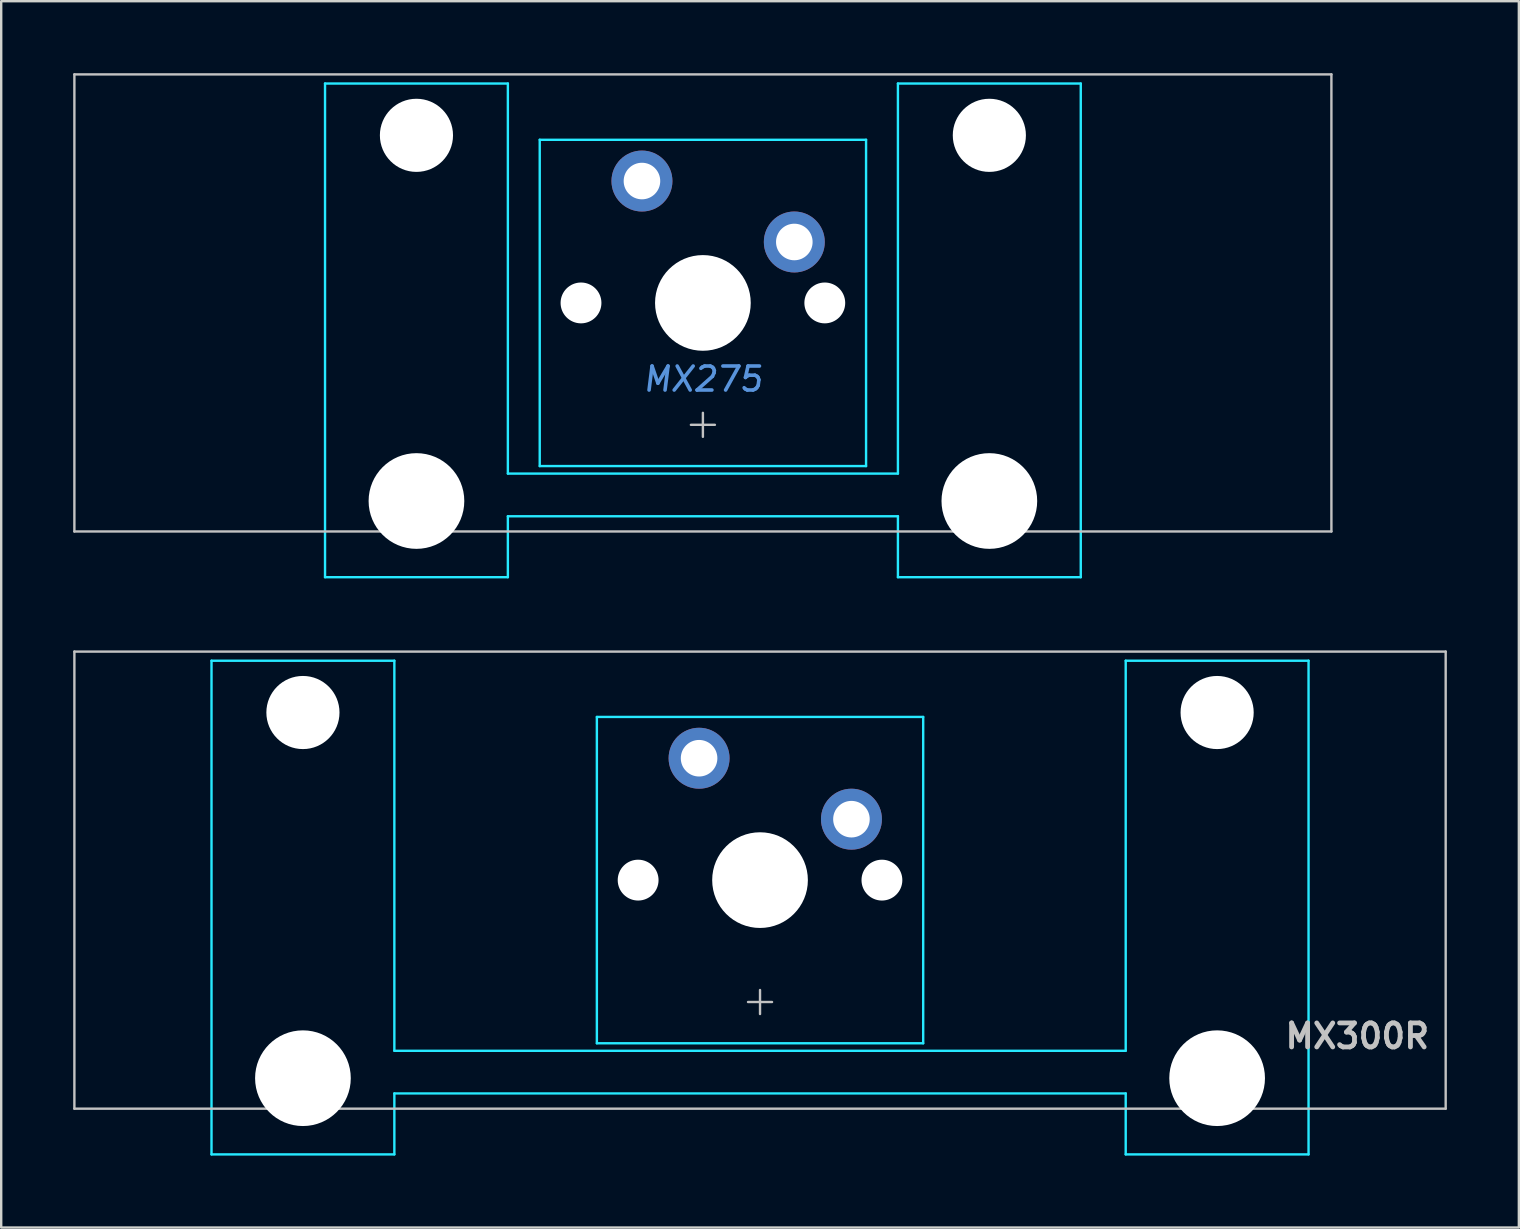
<source format=kicad_pcb>
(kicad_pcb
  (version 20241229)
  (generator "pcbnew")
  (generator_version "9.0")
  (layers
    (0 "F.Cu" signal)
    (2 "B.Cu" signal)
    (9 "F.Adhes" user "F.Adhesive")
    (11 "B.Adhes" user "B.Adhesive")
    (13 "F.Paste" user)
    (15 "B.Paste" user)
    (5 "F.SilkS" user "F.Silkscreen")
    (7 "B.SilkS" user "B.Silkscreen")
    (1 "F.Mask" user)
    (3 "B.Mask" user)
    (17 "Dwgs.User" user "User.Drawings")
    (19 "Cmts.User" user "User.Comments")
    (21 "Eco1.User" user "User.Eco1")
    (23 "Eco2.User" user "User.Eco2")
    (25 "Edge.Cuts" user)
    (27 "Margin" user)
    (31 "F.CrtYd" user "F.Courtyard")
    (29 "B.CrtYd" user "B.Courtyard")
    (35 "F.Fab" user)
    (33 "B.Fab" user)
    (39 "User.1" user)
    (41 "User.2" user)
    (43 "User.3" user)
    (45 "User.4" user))
  (footprint "MX300R"
    (layer "F.Cu")
    (at 28.625 33.63)
    (property "Reference" "MX300R" (at 28 6.5 0) (layer "Dwgs.User") (effects (font (size 1 1) (thickness 0.2)) (justify right)))
    (attr through_hole)
    (fp_line (start -28.575 -9.525) (end -28.575 9.525) (stroke (width 0.1) (type solid)) (layer "Dwgs.User"))
    (fp_line (start -28.575 -9.525) (end 28.575 -9.525) (stroke (width 0.1) (type solid)) (layer "Dwgs.User"))
    (fp_line (start -28.575 9.525) (end 28.575 9.525) (stroke (width 0.1) (type solid)) (layer "Dwgs.User"))
    (fp_line (start -0.5 5.08) (end 0.5 5.08) (stroke (width 0.1) (type solid)) (layer "Dwgs.User"))
    (fp_line (start 0 5.58) (end 0 4.58) (stroke (width 0.1) (type solid)) (layer "Dwgs.User"))
    (fp_line (start 28.575 -9.525) (end 28.575 9.525) (stroke (width 0.1) (type solid)) (layer "Dwgs.User"))
    (fp_line (start -22.55 -5.485) (end -22.55 8.515) (stroke (width 0.1) (type solid)) (layer "Eco1.User"))
    (fp_line (start -22.05 -5.985) (end -16.05 -5.985) (stroke (width 0.1) (type solid)) (layer "Eco1.User"))
    (fp_line (start -16.05 9.015) (end -22.05 9.015) (stroke (width 0.1) (type solid)) (layer "Eco1.User"))
    (fp_line (start -15.55 8.515) (end -15.55 -5.485) (stroke (width 0.1) (type solid)) (layer "Eco1.User"))
    (fp_line (start -7 -6.5) (end -7 6.5) (stroke (width 0.1) (type solid)) (layer "Eco1.User"))
    (fp_line (start -6.5 7) (end 6.5 7) (stroke (width 0.1) (type solid)) (layer "Eco1.User"))
    (fp_line (start 6.5 -7) (end -6.5 -7) (stroke (width 0.1) (type solid)) (layer "Eco1.User"))
    (fp_line (start 7 6.5) (end 7 -6.5) (stroke (width 0.1) (type solid)) (layer "Eco1.User"))
    (fp_line (start 15.55 -5.485) (end 15.55 8.515) (stroke (width 0.1) (type solid)) (layer "Eco1.User"))
    (fp_line (start 16.05 -5.985) (end 22.05 -5.985) (stroke (width 0.1) (type solid)) (layer "Eco1.User"))
    (fp_line (start 22.05 9.015) (end 16.05 9.015) (stroke (width 0.1) (type solid)) (layer "Eco1.User"))
    (fp_line (start 22.55 8.515) (end 22.55 -5.485) (stroke (width 0.1) (type solid)) (layer "Eco1.User"))
    (fp_arc (start -22.55 -5.485) (mid -22.403553 -5.838553) (end -22.05 -5.985) (stroke (width 0.1) (type solid)) (layer "Eco1.User"))
    (fp_arc (start -22.05 9.015) (mid -22.403553 8.868553) (end -22.55 8.515) (stroke (width 0.1) (type solid)) (layer "Eco1.User"))
    (fp_arc (start -16.05 -5.985) (mid -15.696447 -5.838553) (end -15.55 -5.485) (stroke (width 0.1) (type solid)) (layer "Eco1.User"))
    (fp_arc (start -15.55 8.515) (mid -15.696447 8.868553) (end -16.05 9.015) (stroke (width 0.1) (type solid)) (layer "Eco1.User"))
    (fp_arc (start -7 -6.5) (mid -6.853553 -6.853553) (end -6.5 -7) (stroke (width 0.1) (type solid)) (layer "Eco1.User"))
    (fp_arc (start -6.5 7) (mid -6.853553 6.853553) (end -7 6.5) (stroke (width 0.1) (type solid)) (layer "Eco1.User"))
    (fp_arc (start 6.5 -7) (mid 6.853553 -6.853553) (end 7 -6.5) (stroke (width 0.1) (type solid)) (layer "Eco1.User"))
    (fp_arc (start 7 6.5) (mid 6.853553 6.853553) (end 6.5 7) (stroke (width 0.1) (type solid)) (layer "Eco1.User"))
    (fp_arc (start 15.55 -5.485) (mid 15.696447 -5.838553) (end 16.05 -5.985) (stroke (width 0.1) (type solid)) (layer "Eco1.User"))
    (fp_arc (start 16.05 9.015) (mid 15.696447 8.868553) (end 15.55 8.515) (stroke (width 0.1) (type solid)) (layer "Eco1.User"))
    (fp_arc (start 22.05 -5.985) (mid 22.403553 -5.838553) (end 22.55 -5.485) (stroke (width 0.1) (type solid)) (layer "Eco1.User"))
    (fp_arc (start 22.55 8.515) (mid 22.403553 8.868553) (end 22.05 9.015) (stroke (width 0.1) (type solid)) (layer "Eco1.User"))
    (fp_line (start -22.86 -9.144) (end -15.24 -9.144) (stroke (width 0.1) (type solid)) (layer "B.CrtYd"))
    (fp_line (start -22.86 11.43) (end -22.86 -9.144) (stroke (width 0.1) (type solid)) (layer "B.CrtYd"))
    (fp_line (start -15.24 -9.144) (end -15.24 7.112) (stroke (width 0.1) (type solid)) (layer "B.CrtYd"))
    (fp_line (start -15.24 7.112) (end 15.24 7.112) (stroke (width 0.1) (type solid)) (layer "B.CrtYd"))
    (fp_line (start -15.24 8.89) (end 15.24 8.89) (stroke (width 0.1) (type solid)) (layer "B.CrtYd"))
    (fp_line (start -15.24 11.43) (end -22.86 11.43) (stroke (width 0.1) (type solid)) (layer "B.CrtYd"))
    (fp_line (start -15.24 11.43) (end -15.24 8.89) (stroke (width 0.1) (type solid)) (layer "B.CrtYd"))
    (fp_line (start -6.8 6.8) (end -6.8 -6.8) (stroke (width 0.1) (type solid)) (layer "B.CrtYd"))
    (fp_line (start 6.8 -6.8) (end -6.8 -6.8) (stroke (width 0.1) (type solid)) (layer "B.CrtYd"))
    (fp_line (start 6.8 6.8) (end -6.8 6.8) (stroke (width 0.1) (type solid)) (layer "B.CrtYd"))
    (fp_line (start 6.8 6.8) (end 6.8 -6.8) (stroke (width 0.1) (type solid)) (layer "B.CrtYd"))
    (fp_line (start 15.24 -9.144) (end 15.24 7.112) (stroke (width 0.1) (type solid)) (layer "B.CrtYd"))
    (fp_line (start 15.24 -9.144) (end 22.86 -9.144) (stroke (width 0.1) (type solid)) (layer "B.CrtYd"))
    (fp_line (start 15.24 11.43) (end 15.24 8.89) (stroke (width 0.1) (type solid)) (layer "B.CrtYd"))
    (fp_line (start 22.86 -9.144) (end 22.86 11.43) (stroke (width 0.1) (type solid)) (layer "B.CrtYd"))
    (fp_line (start 22.86 11.43) (end 15.24 11.43) (stroke (width 0.1) (type solid)) (layer "B.CrtYd"))
    (pad "" np_thru_hole circle (at -19.05 -6.985) (size 3.048 3.048) (drill 3.048) (layers "*.Cu" "*.Mask"))
    (pad "" np_thru_hole circle (at -19.05 8.255) (size 3.988 3.988) (drill 3.988) (layers "*.Cu" "*.Mask"))
    (pad "" np_thru_hole circle (at -5.08 0) (size 1.702 1.702) (drill 1.702) (layers "*.Cu" "*.Mask"))
    (pad "" connect circle (at -2.54 -5.08) (size 1.524 1.524) (layers "B.Mask"))
    (pad "" np_thru_hole circle (at 0 0) (size 3.988 3.988) (drill 3.988) (layers "*.Cu" "*.Mask"))
    (pad "" connect circle (at 3.81 -2.54) (size 1.524 1.524) (layers "B.Mask"))
    (pad "" np_thru_hole circle (at 5.08 0) (size 1.702 1.702) (drill 1.702) (layers "*.Cu" "*.Mask"))
    (pad "" np_thru_hole circle (at 19.05 -6.985) (size 3.048 3.048) (drill 3.048) (layers "*.Cu" "*.Mask"))
    (pad "" np_thru_hole circle (at 19.05 8.255) (size 3.988 3.988) (drill 3.988) (layers "*.Cu" "*.Mask"))
    (pad "1" thru_hole circle (at -2.54 -5.08) (size 2.54 2.54) (drill 1.524) (layers "*.Cu" "F.Mask"))
    (pad "2" thru_hole circle (at 3.81 -2.54) (size 2.54 2.54) (drill 1.524) (layers "*.Cu" "F.Mask")))
  (footprint "MX275"
    (layer "F.Cu")
    (at 26.244 9.575)
    (property "Reference" "MX275" (at 0 3.175 0) (layer "Cmts.User") (effects (font (size 1 1) (thickness 0.15) (italic yes))))
    (attr through_hole)
    (fp_line (start -26.194 -9.525) (end -26.194 9.525) (stroke (width 0.1) (type solid)) (layer "Dwgs.User"))
    (fp_line (start -26.194 -9.525) (end 26.194 -9.525) (stroke (width 0.1) (type solid)) (layer "Dwgs.User"))
    (fp_line (start -26.194 9.525) (end 26.194 9.525) (stroke (width 0.1) (type solid)) (layer "Dwgs.User"))
    (fp_line (start -0.5 5.08) (end 0.5 5.08) (stroke (width 0.1) (type solid)) (layer "Dwgs.User"))
    (fp_line (start 0 5.58) (end 0 4.58) (stroke (width 0.1) (type solid)) (layer "Dwgs.User"))
    (fp_line (start 26.194 -9.525) (end 26.194 9.525) (stroke (width 0.1) (type solid)) (layer "Dwgs.User"))
    (fp_line (start -15.438 -5.485) (end -15.438 8.515) (stroke (width 0.1) (type solid)) (layer "Eco1.User"))
    (fp_line (start -14.938 -5.985) (end -8.938 -5.985) (stroke (width 0.1) (type solid)) (layer "Eco1.User"))
    (fp_line (start -8.938 9.015) (end -14.938 9.015) (stroke (width 0.1) (type solid)) (layer "Eco1.User"))
    (fp_line (start -8.438 8.515) (end -8.438 -5.485) (stroke (width 0.1) (type solid)) (layer "Eco1.User"))
    (fp_line (start -7 -6.5) (end -7 6.5) (stroke (width 0.1) (type solid)) (layer "Eco1.User"))
    (fp_line (start -6.5 7) (end 6.5 7) (stroke (width 0.1) (type solid)) (layer "Eco1.User"))
    (fp_line (start 6.5 -7) (end -6.5 -7) (stroke (width 0.1) (type solid)) (layer "Eco1.User"))
    (fp_line (start 7 6.5) (end 7 -6.5) (stroke (width 0.1) (type solid)) (layer "Eco1.User"))
    (fp_line (start 8.438 -5.485) (end 8.438 8.515) (stroke (width 0.1) (type solid)) (layer "Eco1.User"))
    (fp_line (start 8.938 -5.985) (end 14.938 -5.985) (stroke (width 0.1) (type solid)) (layer "Eco1.User"))
    (fp_line (start 14.938 9.015) (end 8.938 9.015) (stroke (width 0.1) (type solid)) (layer "Eco1.User"))
    (fp_line (start 15.438 8.515) (end 15.438 -5.485) (stroke (width 0.1) (type solid)) (layer "Eco1.User"))
    (fp_arc (start -15.438 -5.485) (mid -15.291553 -5.838553) (end -14.938 -5.985) (stroke (width 0.1) (type solid)) (layer "Eco1.User"))
    (fp_arc (start -14.938 9.015) (mid -15.291553 8.868553) (end -15.438 8.515) (stroke (width 0.1) (type solid)) (layer "Eco1.User"))
    (fp_arc (start -8.938 -5.985) (mid -8.584447 -5.838553) (end -8.438 -5.485) (stroke (width 0.1) (type solid)) (layer "Eco1.User"))
    (fp_arc (start -8.438 8.515) (mid -8.584447 8.868553) (end -8.938 9.015) (stroke (width 0.1) (type solid)) (layer "Eco1.User"))
    (fp_arc (start -7 -6.5) (mid -6.853553 -6.853553) (end -6.5 -7) (stroke (width 0.1) (type solid)) (layer "Eco1.User"))
    (fp_arc (start -6.5 7) (mid -6.853553 6.853553) (end -7 6.5) (stroke (width 0.1) (type solid)) (layer "Eco1.User"))
    (fp_arc (start 6.5 -7) (mid 6.853553 -6.853553) (end 7 -6.5) (stroke (width 0.1) (type solid)) (layer "Eco1.User"))
    (fp_arc (start 7 6.5) (mid 6.853553 6.853553) (end 6.5 7) (stroke (width 0.1) (type solid)) (layer "Eco1.User"))
    (fp_arc (start 8.438 -5.485) (mid 8.584447 -5.838553) (end 8.938 -5.985) (stroke (width 0.1) (type solid)) (layer "Eco1.User"))
    (fp_arc (start 8.938 9.015) (mid 8.584447 8.868553) (end 8.438 8.515) (stroke (width 0.1) (type solid)) (layer "Eco1.User"))
    (fp_arc (start 14.938 -5.985) (mid 15.291553 -5.838553) (end 15.438 -5.485) (stroke (width 0.1) (type solid)) (layer "Eco1.User"))
    (fp_arc (start 15.438 8.515) (mid 15.291553 8.868553) (end 14.938 9.015) (stroke (width 0.1) (type solid)) (layer "Eco1.User"))
    (fp_line (start -15.748 -9.144) (end -8.128 -9.144) (stroke (width 0.1) (type solid)) (layer "B.CrtYd"))
    (fp_line (start -15.748 11.43) (end -15.748 -9.144) (stroke (width 0.1) (type solid)) (layer "B.CrtYd"))
    (fp_line (start -8.128 -9.144) (end -8.128 7.112) (stroke (width 0.1) (type solid)) (layer "B.CrtYd"))
    (fp_line (start -8.128 7.112) (end 8.128 7.112) (stroke (width 0.1) (type solid)) (layer "B.CrtYd"))
    (fp_line (start -8.128 8.89) (end 8.128 8.89) (stroke (width 0.1) (type solid)) (layer "B.CrtYd"))
    (fp_line (start -8.128 11.43) (end -15.748 11.43) (stroke (width 0.1) (type solid)) (layer "B.CrtYd"))
    (fp_line (start -8.128 11.43) (end -8.128 8.89) (stroke (width 0.1) (type solid)) (layer "B.CrtYd"))
    (fp_line (start -6.8 6.8) (end -6.8 -6.8) (stroke (width 0.1) (type solid)) (layer "B.CrtYd"))
    (fp_line (start 6.8 -6.8) (end -6.8 -6.8) (stroke (width 0.1) (type solid)) (layer "B.CrtYd"))
    (fp_line (start 6.8 6.8) (end -6.8 6.8) (stroke (width 0.1) (type solid)) (layer "B.CrtYd"))
    (fp_line (start 6.8 6.8) (end 6.8 -6.8) (stroke (width 0.1) (type solid)) (layer "B.CrtYd"))
    (fp_line (start 8.128 -9.144) (end 8.128 7.112) (stroke (width 0.1) (type solid)) (layer "B.CrtYd"))
    (fp_line (start 8.128 -9.144) (end 15.748 -9.144) (stroke (width 0.1) (type solid)) (layer "B.CrtYd"))
    (fp_line (start 8.128 11.43) (end 8.128 8.89) (stroke (width 0.1) (type solid)) (layer "B.CrtYd"))
    (fp_line (start 15.748 -9.144) (end 15.748 11.43) (stroke (width 0.1) (type solid)) (layer "B.CrtYd"))
    (fp_line (start 15.748 11.43) (end 8.128 11.43) (stroke (width 0.1) (type solid)) (layer "B.CrtYd"))
    (pad "" np_thru_hole circle (at -11.938 -6.985) (size 3.048 3.048) (drill 3.048) (layers "*.Cu" "*.Mask"))
    (pad "" np_thru_hole circle (at -11.938 8.255) (size 3.988 3.988) (drill 3.988) (layers "*.Cu" "*.Mask"))
    (pad "" np_thru_hole circle (at -5.08 0) (size 1.702 1.702) (drill 1.702) (layers "*.Cu" "*.Mask"))
    (pad "" connect circle (at -2.54 -5.08) (size 1.524 1.524) (layers "B.Mask"))
    (pad "" np_thru_hole circle (at 0 0) (size 3.988 3.988) (drill 3.988) (layers "*.Cu" "*.Mask"))
    (pad "" connect circle (at 3.81 -2.54) (size 1.524 1.524) (layers "B.Mask"))
    (pad "" np_thru_hole circle (at 5.08 0) (size 1.702 1.702) (drill 1.702) (layers "*.Cu" "*.Mask"))
    (pad "" np_thru_hole circle (at 11.938 -6.985) (size 3.048 3.048) (drill 3.048) (layers "*.Cu" "*.Mask"))
    (pad "" np_thru_hole circle (at 11.938 8.255) (size 3.988 3.988) (drill 3.988) (layers "*.Cu" "*.Mask"))
    (pad "1" thru_hole circle (at -2.54 -5.08) (size 2.54 2.54) (drill 1.524) (layers "*.Cu" "F.Mask"))
    (pad "2" thru_hole circle (at 3.81 -2.54) (size 2.54 2.54) (drill 1.524) (layers "*.Cu" "F.Mask")))
  (gr_rect
    (start -3 -3)
    (end 60.25 48.11)
    (stroke (width 0.1) (type default))
    (fill no)
    (layer "Edge.Cuts")))
</source>
